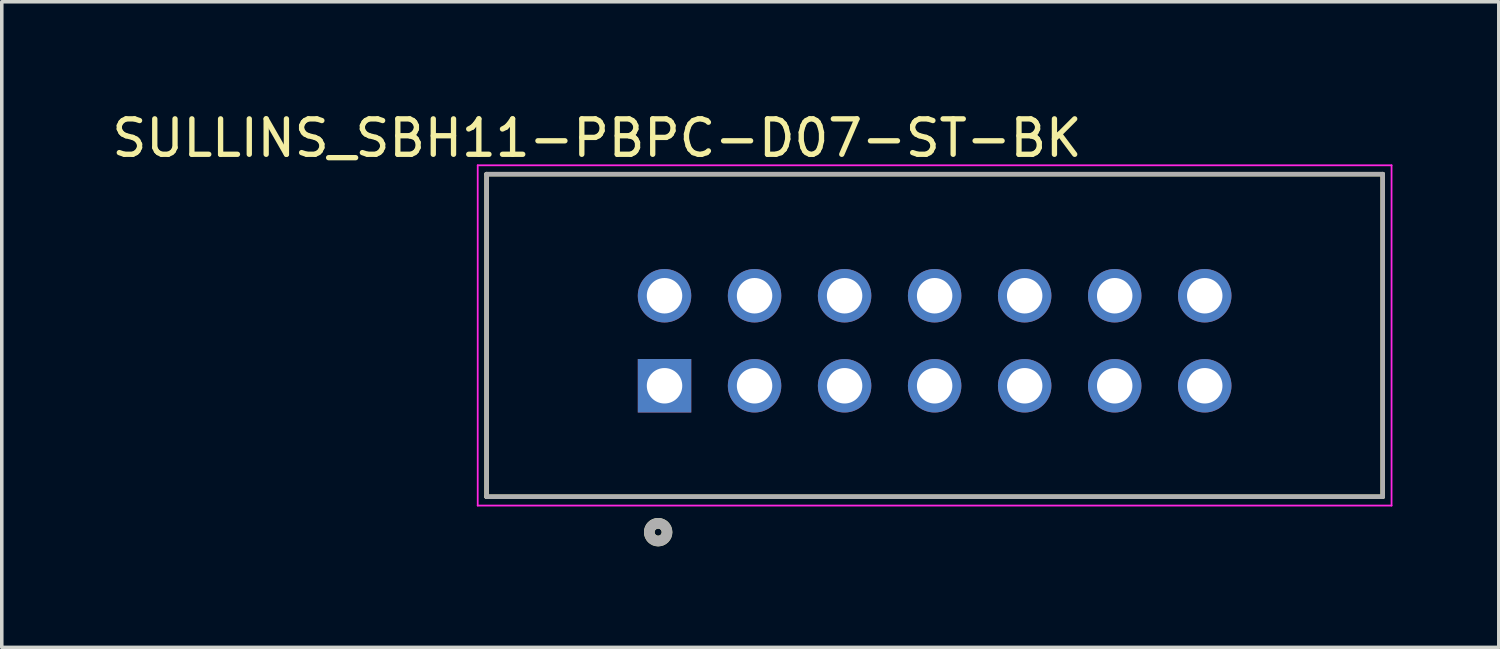
<source format=kicad_pcb>
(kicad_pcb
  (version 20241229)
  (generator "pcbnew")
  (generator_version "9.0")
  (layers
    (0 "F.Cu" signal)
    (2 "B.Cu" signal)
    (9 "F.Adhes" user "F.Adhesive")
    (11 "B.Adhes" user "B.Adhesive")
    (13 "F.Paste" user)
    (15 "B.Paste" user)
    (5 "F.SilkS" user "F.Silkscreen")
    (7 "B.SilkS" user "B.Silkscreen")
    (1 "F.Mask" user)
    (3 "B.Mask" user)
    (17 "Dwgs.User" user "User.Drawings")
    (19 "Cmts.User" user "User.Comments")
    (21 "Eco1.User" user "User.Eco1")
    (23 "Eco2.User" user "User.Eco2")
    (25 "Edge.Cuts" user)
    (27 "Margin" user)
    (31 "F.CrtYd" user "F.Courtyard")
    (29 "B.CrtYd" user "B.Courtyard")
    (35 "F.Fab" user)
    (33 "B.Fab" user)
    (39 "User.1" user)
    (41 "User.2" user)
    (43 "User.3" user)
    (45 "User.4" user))
  (footprint "SULLINS_SBH11-PBPC-D07-ST-BK"
    (layer "F.Cu")
    (at 23.317 6.563)
    (property "Reference" "SULLINS_SBH11-PBPC-D07-ST-BK" (at -9.525 -5.715 0) (layer "F.SilkS") (effects (font (size 1 1) (thickness 0.15))))
    (attr through_hole)
    (fp_line (start -12.64 -4.7) (end 12.64 -4.7) (stroke (width 0.127) (type solid)) (layer "F.SilkS"))
    (fp_line (start -12.64 4.4) (end -12.64 -4.7) (stroke (width 0.127) (type solid)) (layer "F.SilkS"))
    (fp_line (start 12.64 -4.7) (end 12.64 4.4) (stroke (width 0.127) (type solid)) (layer "F.SilkS"))
    (fp_line (start 12.64 4.4) (end -12.64 4.4) (stroke (width 0.127) (type solid)) (layer "F.SilkS"))
    (fp_circle (center -7.8 5.4) (end -7.7 5.4) (stroke (width 0.3) (type solid)) (fill no) (layer "F.SilkS"))
    (fp_line (start -12.89 -4.95) (end 12.89 -4.95) (stroke (width 0.05) (type solid)) (layer "F.CrtYd"))
    (fp_line (start -12.89 4.65) (end -12.89 -4.95) (stroke (width 0.05) (type solid)) (layer "F.CrtYd"))
    (fp_line (start 12.89 -4.95) (end 12.89 4.65) (stroke (width 0.05) (type solid)) (layer "F.CrtYd"))
    (fp_line (start 12.89 4.65) (end -12.89 4.65) (stroke (width 0.05) (type solid)) (layer "F.CrtYd"))
    (fp_line (start -12.64 -4.7) (end 12.64 -4.7) (stroke (width 0.127) (type solid)) (layer "F.Fab"))
    (fp_line (start -12.64 4.4) (end -12.64 -4.7) (stroke (width 0.127) (type solid)) (layer "F.Fab"))
    (fp_line (start 12.64 -4.7) (end 12.64 4.4) (stroke (width 0.127) (type solid)) (layer "F.Fab"))
    (fp_line (start 12.64 4.4) (end -12.64 4.4) (stroke (width 0.127) (type solid)) (layer "F.Fab"))
    (fp_circle (center -7.8 5.4) (end -7.7 5.4) (stroke (width 0.3) (type solid)) (fill no) (layer "F.Fab"))
    (pad "1" thru_hole rect (at -7.62 1.27) (size 1.508 1.508) (drill 1) (layers "*.Cu" "*.Mask"))
    (pad "2" thru_hole circle (at -7.62 -1.27) (size 1.508 1.508) (drill 1) (layers "*.Cu" "*.Mask"))
    (pad "3" thru_hole circle (at -5.08 1.27) (size 1.508 1.508) (drill 1) (layers "*.Cu" "*.Mask"))
    (pad "4" thru_hole circle (at -5.08 -1.27) (size 1.508 1.508) (drill 1) (layers "*.Cu" "*.Mask"))
    (pad "5" thru_hole circle (at -2.54 1.27) (size 1.508 1.508) (drill 1) (layers "*.Cu" "*.Mask"))
    (pad "6" thru_hole circle (at -2.54 -1.27) (size 1.508 1.508) (drill 1) (layers "*.Cu" "*.Mask"))
    (pad "7" thru_hole circle (at 0 1.27) (size 1.508 1.508) (drill 1) (layers "*.Cu" "*.Mask"))
    (pad "8" thru_hole circle (at 0 -1.27) (size 1.508 1.508) (drill 1) (layers "*.Cu" "*.Mask"))
    (pad "9" thru_hole circle (at 2.54 1.27) (size 1.508 1.508) (drill 1) (layers "*.Cu" "*.Mask"))
    (pad "10" thru_hole circle (at 2.54 -1.27) (size 1.508 1.508) (drill 1) (layers "*.Cu" "*.Mask"))
    (pad "11" thru_hole circle (at 5.08 1.27) (size 1.508 1.508) (drill 1) (layers "*.Cu" "*.Mask"))
    (pad "12" thru_hole circle (at 5.08 -1.27) (size 1.508 1.508) (drill 1) (layers "*.Cu" "*.Mask"))
    (pad "13" thru_hole circle (at 7.62 1.27) (size 1.508 1.508) (drill 1) (layers "*.Cu" "*.Mask"))
    (pad "14" thru_hole circle (at 7.62 -1.27) (size 1.508 1.508) (drill 1) (layers "*.Cu" "*.Mask")))
  (gr_rect
    (start -3 -3)
    (end 39.232 15.213)
    (stroke (width 0.1) (type default))
    (fill no)
    (layer "Edge.Cuts")))
</source>
